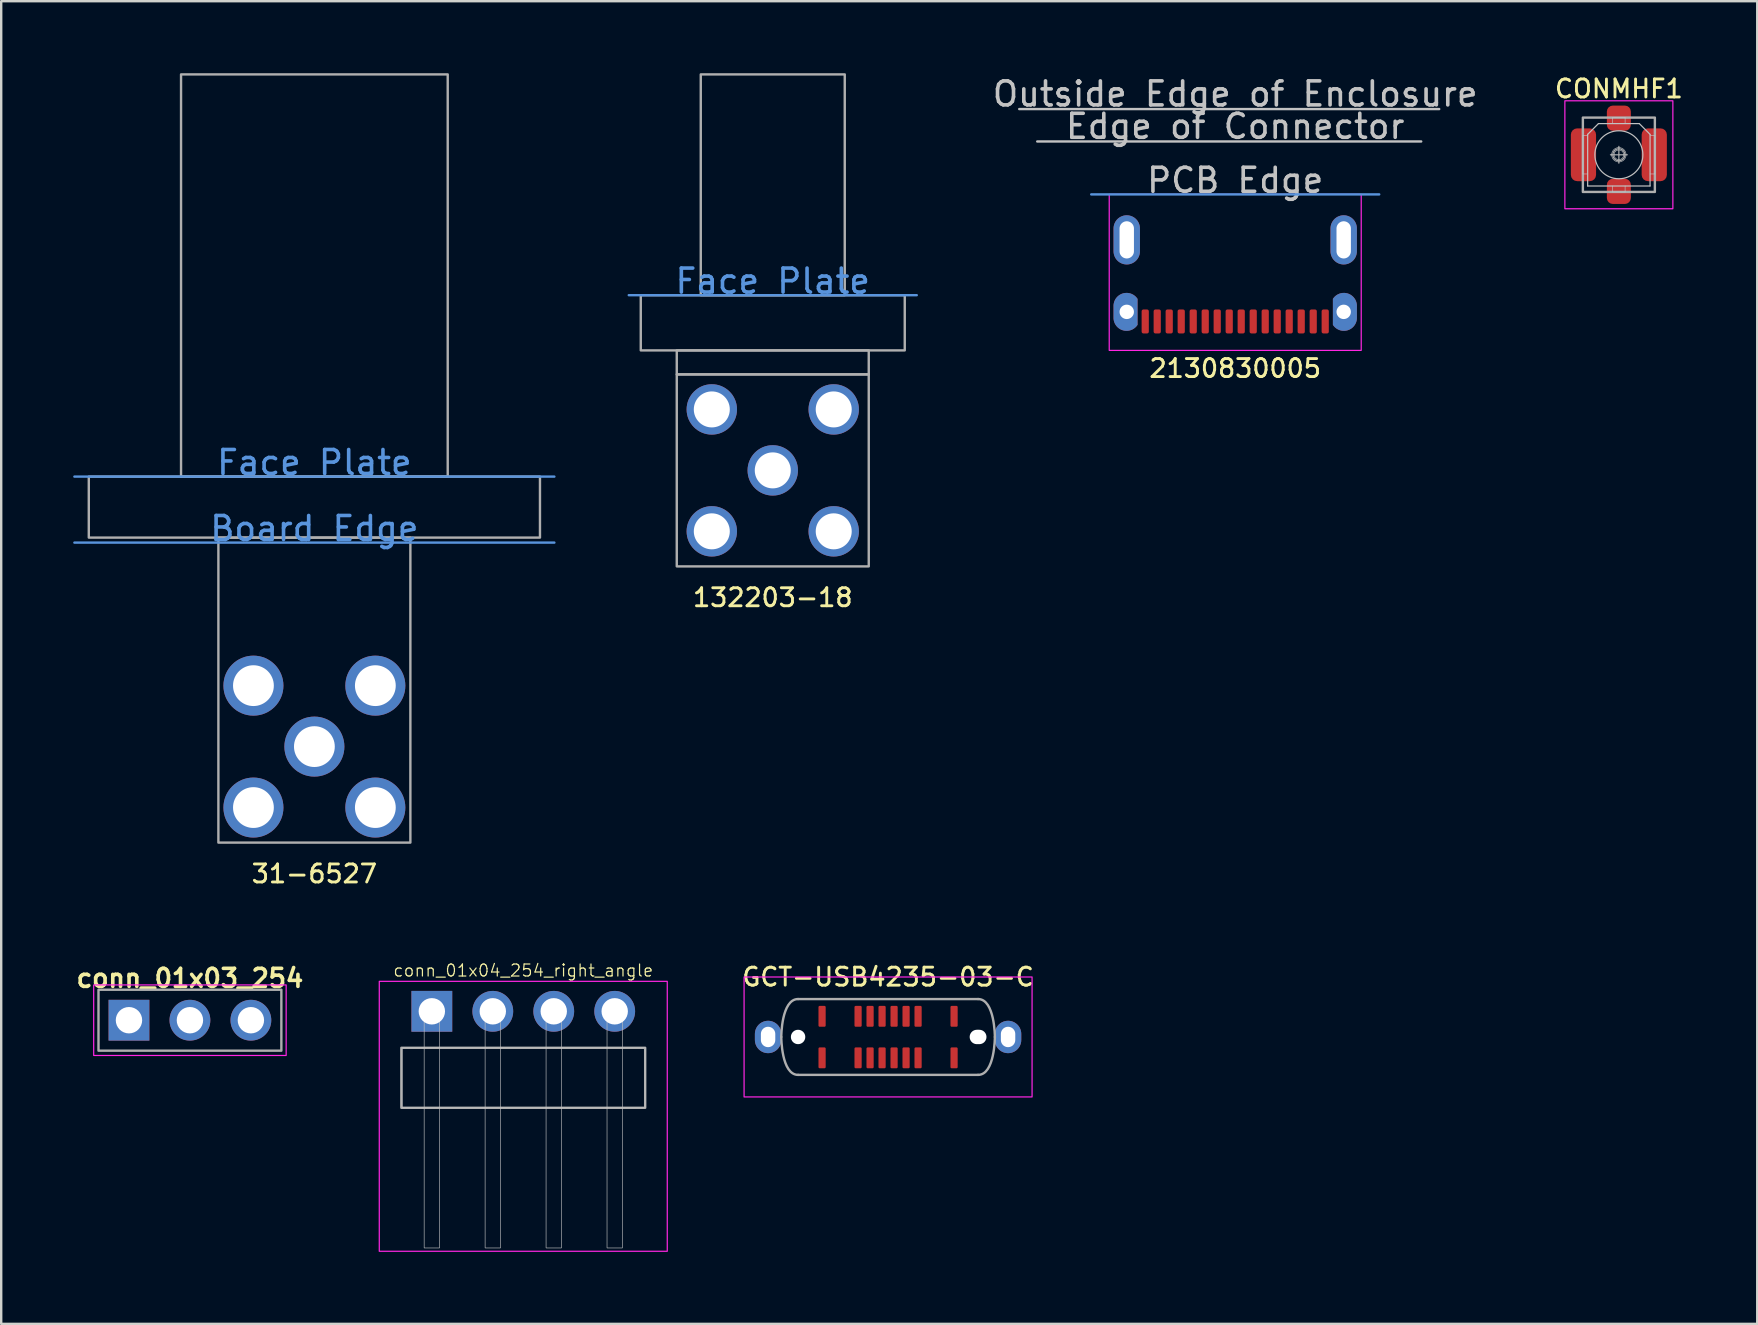
<source format=kicad_pcb>
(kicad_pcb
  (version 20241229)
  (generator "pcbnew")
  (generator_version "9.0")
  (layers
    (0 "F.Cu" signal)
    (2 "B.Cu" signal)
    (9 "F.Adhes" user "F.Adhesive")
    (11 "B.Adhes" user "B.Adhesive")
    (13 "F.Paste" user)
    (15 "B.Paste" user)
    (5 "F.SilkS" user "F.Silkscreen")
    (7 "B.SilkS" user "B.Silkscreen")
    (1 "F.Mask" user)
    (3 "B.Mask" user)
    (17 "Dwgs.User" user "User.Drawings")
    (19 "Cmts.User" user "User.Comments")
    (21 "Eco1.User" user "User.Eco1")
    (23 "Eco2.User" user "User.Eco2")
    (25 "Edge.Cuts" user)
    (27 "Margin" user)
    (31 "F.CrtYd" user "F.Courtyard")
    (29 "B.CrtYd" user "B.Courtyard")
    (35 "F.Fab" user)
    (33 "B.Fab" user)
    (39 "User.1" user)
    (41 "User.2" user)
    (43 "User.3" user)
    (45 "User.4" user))
  (footprint "132203-18"
    (layer "F.Cu")
    (at 29.15 16.55)
    (property "Reference" "132203-18" (at 0 5.3 0) (unlocked yes) (layer "F.SilkS") (effects (font (size 0.75 0.75) (thickness 0.12))))
    (attr through_hole)
    (fp_line (start -6 -7.3) (end 6 -7.3) (stroke (width 0.1) (type default)) (layer "Cmts.User"))
    (fp_rect (start -5.5 -7.3) (end 5.5 -5) (stroke (width 0.1) (type default)) (fill no) (layer "F.Fab"))
    (fp_rect (start -4 -5) (end 4 -4) (stroke (width 0.1) (type default)) (fill no) (layer "F.Fab"))
    (fp_rect (start -4 -4) (end 4 4) (stroke (width 0.1) (type default)) (fill no) (layer "F.Fab"))
    (fp_rect (start -3 -16.5) (end 3 -7.3) (stroke (width 0.1) (type default)) (fill no) (layer "F.Fab"))
    (fp_text user "Face Plate" (at 0 -7.3 0) (unlocked yes) (layer "Cmts.User") (effects (font (size 1 1) (thickness 0.15)) (justify bottom)))
    (pad "1" thru_hole circle (at 0 0) (size 2.1 2.1) (drill 1.5) (layers "*.Cu" "*.Mask"))
    (pad "2" thru_hole circle (at -2.54 -2.54) (size 2.1 2.1) (drill 1.5) (layers "*.Cu" "*.Mask"))
    (pad "3" thru_hole circle (at -2.54 2.54) (size 2.1 2.1) (drill 1.5) (layers "*.Cu" "*.Mask"))
    (pad "4" thru_hole circle (at 2.54 2.54) (size 2.1 2.1) (drill 1.5) (layers "*.Cu" "*.Mask"))
    (pad "5" thru_hole circle (at 2.54 -2.54) (size 2.1 2.1) (drill 1.5) (layers "*.Cu" "*.Mask")))
  (footprint "conn_01x04_254_right_angle"
    (layer "F.Cu")
    (at 18.754 39.09)
    (property "Reference" "conn_01x04_254_right_angle" (at 0 -1.7 0) (unlocked yes) (layer "F.SilkS") (effects (font (size 0.5 0.5) (thickness 0.05))))
    (attr through_hole)
    (fp_rect (start -5.05 1.52) (end 5.08 4.02) (stroke (width 0.025) (type solid)) (fill no) (layer "Dwgs.User"))
    (fp_rect (start -4.13 -0.32) (end -3.49 0.32) (stroke (width 0.025) (type default)) (fill no) (layer "Dwgs.User"))
    (fp_rect (start -4.13 0.32) (end -3.49 9.86) (stroke (width 0.025) (type default)) (fill no) (layer "Dwgs.User"))
    (fp_rect (start -1.59 -0.32) (end -0.95 0.32) (stroke (width 0.025) (type default)) (fill no) (layer "Dwgs.User"))
    (fp_rect (start -1.59 0.32) (end -0.95 9.86) (stroke (width 0.025) (type default)) (fill no) (layer "Dwgs.User"))
    (fp_rect (start 0.95 -0.32) (end 1.59 0.32) (stroke (width 0.025) (type default)) (fill no) (layer "Dwgs.User"))
    (fp_rect (start 0.95 0.32) (end 1.59 9.86) (stroke (width 0.025) (type default)) (fill no) (layer "Dwgs.User"))
    (fp_rect (start 3.49 -0.32) (end 4.13 0.32) (stroke (width 0.025) (type default)) (fill no) (layer "Dwgs.User"))
    (fp_rect (start 3.49 0.32) (end 4.13 9.86) (stroke (width 0.025) (type default)) (fill no) (layer "Dwgs.User"))
    (fp_rect (start -6 -1.25) (end 6 10) (stroke (width 0.05) (type solid)) (fill no) (layer "F.CrtYd"))
    (fp_rect (start -5.08 1.52) (end 5.08 4.02) (stroke (width 0.1) (type solid)) (fill no) (layer "F.Fab"))
    (pad "1" thru_hole rect (at -3.81 0 90) (size 1.7 1.7) (drill 1.1) (layers "*.Cu" "*.Mask"))
    (pad "2" thru_hole circle (at -1.27 0 90) (size 1.7 1.7) (drill 1.1) (layers "*.Cu" "*.Mask"))
    (pad "3" thru_hole circle (at 1.27 0 90) (size 1.7 1.7) (drill 1.1) (layers "*.Cu" "*.Mask"))
    (pad "4" thru_hole circle (at 3.81 0 90) (size 1.7 1.7) (drill 1.1) (layers "*.Cu" "*.Mask")))
  (footprint "GCT-USB4235-03-C"
    (layer "F.Cu")
    (at 33.955 40.159)
    (property "Reference" "GCT-USB4235-03-C" (at 0 -2.5 0) (unlocked yes) (layer "F.SilkS") (effects (font (size 0.75 0.75) (thickness 0.12))))
    (attr smd)
    (fp_rect (start -6 -2.5) (end 6 2.5) (stroke (width 0.05) (type solid)) (fill no) (layer "F.CrtYd"))
    (fp_line (start -3.75 -1.58) (end 3.75 -1.58) (stroke (width 0.1) (type solid)) (layer "F.Fab"))
    (fp_line (start -3.75 1.58) (end 3.75 1.58) (stroke (width 0.1) (type solid)) (layer "F.Fab"))
    (fp_curve (pts (xy -3.75 -1.58) (xy -4.45 -1.58) (xy -4.45 0) (xy -4.45 0)) (stroke (width 0.1) (type default)) (layer "F.Fab"))
    (fp_curve (pts (xy -3.75 1.58) (xy -4.45 1.58) (xy -4.45 0) (xy -4.45 0)) (stroke (width 0.1) (type default)) (layer "F.Fab"))
    (fp_curve (pts (xy 3.75 -1.58) (xy 4.45 -1.58) (xy 4.45 0) (xy 4.45 0)) (stroke (width 0.1) (type default)) (layer "F.Fab"))
    (fp_curve (pts (xy 3.75 1.58) (xy 4.45 1.58) (xy 4.45 0) (xy 4.45 0)) (stroke (width 0.1) (type default)) (layer "F.Fab"))
    (pad "" np_thru_hole circle (at -3.75 0) (size 0.6 0.6) (drill 0.6) (layers "*.Cu" "*.Mask"))
    (pad "" np_thru_hole oval (at 3.75 0) (size 0.7 0.6) (drill oval 0.7 0.6) (layers "*.Cu" "*.Mask"))
    (pad "A1" smd roundrect (at -2.75 -0.86) (size 0.3 0.87) (layers "F.Cu" "F.Mask" "F.Paste") (roundrect_rratio 0.167))
    (pad "A4" smd roundrect (at -1.25 -0.86) (size 0.3 0.87) (layers "F.Cu" "F.Mask" "F.Paste") (roundrect_rratio 0.167))
    (pad "A5" smd roundrect (at -0.75 -0.86) (size 0.3 0.87) (layers "F.Cu" "F.Mask" "F.Paste") (roundrect_rratio 0.167))
    (pad "A6" smd roundrect (at -0.25 -0.86) (size 0.3 0.87) (layers "F.Cu" "F.Mask" "F.Paste") (roundrect_rratio 0.167))
    (pad "A7" smd roundrect (at 0.25 -0.86) (size 0.3 0.87) (layers "F.Cu" "F.Mask" "F.Paste") (roundrect_rratio 0.167))
    (pad "A8" smd roundrect (at 0.75 -0.86) (size 0.3 0.87) (layers "F.Cu" "F.Mask" "F.Paste") (roundrect_rratio 0.167))
    (pad "A9" smd roundrect (at 1.25 -0.86) (size 0.3 0.87) (layers "F.Cu" "F.Mask" "F.Paste") (roundrect_rratio 0.167))
    (pad "A12" smd roundrect (at 2.75 -0.86) (size 0.3 0.87) (layers "F.Cu" "F.Mask" "F.Paste") (roundrect_rratio 0.167))
    (pad "B1" smd roundrect (at 2.75 0.87) (size 0.3 0.87) (layers "F.Cu" "F.Mask" "F.Paste") (roundrect_rratio 0.167))
    (pad "B4" smd roundrect (at 1.25 0.87) (size 0.3 0.87) (layers "F.Cu" "F.Mask" "F.Paste") (roundrect_rratio 0.167))
    (pad "B5" smd roundrect (at 0.75 0.87) (size 0.3 0.87) (layers "F.Cu" "F.Mask" "F.Paste") (roundrect_rratio 0.167))
    (pad "B6" smd roundrect (at 0.25 0.87) (size 0.3 0.87) (layers "F.Cu" "F.Mask" "F.Paste") (roundrect_rratio 0.167))
    (pad "B7" smd roundrect (at -0.25 0.87) (size 0.3 0.87) (layers "F.Cu" "F.Mask" "F.Paste") (roundrect_rratio 0.167))
    (pad "B8" smd roundrect (at -0.75 0.87) (size 0.3 0.87) (layers "F.Cu" "F.Mask" "F.Paste") (roundrect_rratio 0.167))
    (pad "B9" smd roundrect (at -1.25 0.87) (size 0.3 0.87) (layers "F.Cu" "F.Mask" "F.Paste") (roundrect_rratio 0.167))
    (pad "B12" smd roundrect (at -2.75 0.87) (size 0.3 0.87) (layers "F.Cu" "F.Mask" "F.Paste") (roundrect_rratio 0.167))
    (pad "S1" thru_hole oval (at -5 0) (size 1.1 1.35) (drill oval 0.6 0.85) (layers "*.Cu" "*.Mask"))
    (pad "S2" thru_hole oval (at 5 0) (size 1.1 1.35) (drill oval 0.6 0.85) (layers "*.Cu" "*.Mask")))
  (footprint "31-6527"
    (layer "F.Cu")
    (at 10.05 28.06)
    (property "Reference" "31-6527" (at 0 5.3 0) (unlocked yes) (layer "F.SilkS") (effects (font (size 0.75 0.75) (thickness 0.12))))
    (attr through_hole)
    (fp_line (start -10 -11.25) (end 10 -11.25) (stroke (width 0.1) (type default)) (layer "Cmts.User"))
    (fp_line (start -10 -8.5) (end 10 -8.5) (stroke (width 0.1) (type default)) (layer "Cmts.User"))
    (fp_rect (start -9.4 -11.25) (end 9.4 -8.71) (stroke (width 0.1) (type default)) (fill no) (layer "F.Fab"))
    (fp_rect (start -5.556 -28.01) (end 5.556 -11.25) (stroke (width 0.1) (type default)) (fill no) (layer "F.Fab"))
    (fp_rect (start -4 -8.71) (end 4 4) (stroke (width 0.1) (type default)) (fill no) (layer "F.Fab"))
    (fp_text user "Face Plate" (at 0 -11.25 0) (unlocked yes) (layer "Cmts.User") (effects (font (size 1 1) (thickness 0.15)) (justify bottom)))
    (fp_text user "Board Edge" (at 0 -8.5 0) (unlocked yes) (layer "Cmts.User") (effects (font (size 1 1) (thickness 0.15)) (justify bottom)))
    (pad "1" thru_hole circle (at 0 0) (size 2.5 2.5) (drill 1.7) (layers "*.Cu" "*.Mask"))
    (pad "2" thru_hole circle (at -2.54 -2.54) (size 2.5 2.5) (drill 1.7) (layers "*.Cu" "*.Mask"))
    (pad "3" thru_hole circle (at -2.54 2.54) (size 2.5 2.5) (drill 1.7) (layers "*.Cu" "*.Mask"))
    (pad "4" thru_hole circle (at 2.54 2.54) (size 2.5 2.5) (drill 1.7) (layers "*.Cu" "*.Mask"))
    (pad "5" thru_hole circle (at 2.54 -2.54) (size 2.5 2.5) (drill 1.7) (layers "*.Cu" "*.Mask")))
  (footprint "2130830005"
    (layer "F.Cu")
    (at 48.42 5.05)
    (property "Reference" "2130830005" (at 0 7.25 0) (unlocked yes) (layer "F.SilkS") (effects (font (size 0.75 0.75) (thickness 0.12))))
    (attr smd)
    (fp_line (start -9 -3.555) (end 8.5 -3.555) (stroke (width 0.1) (type default)) (layer "Dwgs.User"))
    (fp_line (start -8.25 -2.205) (end 7.75 -2.205) (stroke (width 0.1) (type default)) (layer "Dwgs.User"))
    (fp_line (start -6 0) (end 6 0) (stroke (width 0.1) (type default)) (layer "Cmts.User"))
    (fp_rect (start -5.25 0) (end 5.25 6.5) (stroke (width 0.05) (type default)) (fill no) (layer "F.CrtYd"))
    (fp_text user "Outside Edge of Enclosure" (at 0 -3.6 0) (unlocked yes) (layer "Dwgs.User") (effects (font (size 1 1) (thickness 0.15)) (justify bottom)))
    (fp_text user "PCB Edge" (at 0 0 0) (unlocked yes) (layer "Dwgs.User") (effects (font (size 1 1) (thickness 0.15)) (justify bottom)))
    (fp_text user "Edge of Connector" (at 0 -2.25 0) (unlocked yes) (layer "Dwgs.User") (effects (font (size 1 1) (thickness 0.15)) (justify bottom)))
    (pad "A1" smd roundrect (at 3.75 5.295) (size 0.3 1) (layers "F.Cu" "F.Mask" "F.Paste") (roundrect_rratio 0.25))
    (pad "A4" smd roundrect (at 2.75 5.295) (size 0.3 1) (layers "F.Cu" "F.Mask" "F.Paste") (roundrect_rratio 0.25))
    (pad "A5" smd roundrect (at 1.75 5.295) (size 0.3 1) (layers "F.Cu" "F.Mask" "F.Paste") (roundrect_rratio 0.25))
    (pad "A6" smd roundrect (at 0.75 5.295) (size 0.3 1) (layers "F.Cu" "F.Mask" "F.Paste") (roundrect_rratio 0.25))
    (pad "A7" smd roundrect (at -0.75 5.295) (size 0.3 1) (layers "F.Cu" "F.Mask" "F.Paste") (roundrect_rratio 0.25))
    (pad "A8" smd roundrect (at -1.75 5.295) (size 0.3 1) (layers "F.Cu" "F.Mask" "F.Paste") (roundrect_rratio 0.25))
    (pad "A9" smd roundrect (at -2.75 5.295) (size 0.3 1) (layers "F.Cu" "F.Mask" "F.Paste") (roundrect_rratio 0.25))
    (pad "A12" smd roundrect (at -3.75 5.295) (size 0.3 1) (layers "F.Cu" "F.Mask" "F.Paste") (roundrect_rratio 0.25))
    (pad "B1" smd roundrect (at -3.25 5.295) (size 0.3 1) (layers "F.Cu" "F.Mask" "F.Paste") (roundrect_rratio 0.25))
    (pad "B4" smd roundrect (at -2.25 5.295) (size 0.3 1) (layers "F.Cu" "F.Mask" "F.Paste") (roundrect_rratio 0.25))
    (pad "B5" smd roundrect (at -1.25 5.295) (size 0.3 1) (layers "F.Cu" "F.Mask" "F.Paste") (roundrect_rratio 0.25))
    (pad "B6" smd roundrect (at -0.25 5.295) (size 0.3 1) (layers "F.Cu" "F.Mask" "F.Paste") (roundrect_rratio 0.25))
    (pad "B7" smd roundrect (at 0.25 5.295) (size 0.3 1) (layers "F.Cu" "F.Mask" "F.Paste") (roundrect_rratio 0.25))
    (pad "B8" smd roundrect (at 1.25 5.295) (size 0.3 1) (layers "F.Cu" "F.Mask" "F.Paste") (roundrect_rratio 0.25))
    (pad "B9" smd roundrect (at 2.25 5.295) (size 0.3 1) (layers "F.Cu" "F.Mask" "F.Paste") (roundrect_rratio 0.25))
    (pad "B12" smd roundrect (at 3.25 5.295) (size 0.3 1) (layers "F.Cu" "F.Mask" "F.Paste") (roundrect_rratio 0.25))
    (pad "S1" thru_hole custom (at -4.52 4.895) (size 0.6 0.6) (drill oval 0.6 1.15) (layers "*.Cu" "*.Mask") (options (anchor circle)) (primitives (gr_poly (pts (arc (start 0.45 -0.54) (mid -0.148986 -0.771616) (end -0.55 -0.27)) (arc (start -0.55 0.27) (mid -0.148986 0.771616) (end 0.45 0.54))) (width 0) (fill yes))))
    (pad "S1" thru_hole custom (at 4.52 4.895) (size 0.6 0.6) (drill oval 0.6 1.15) (layers "*.Cu" "*.Mask") (options (anchor circle)) (primitives (gr_poly (pts (arc (start -0.45 -0.54) (mid 0.148986 -0.771616) (end 0.55 -0.27)) (arc (start 0.55 0.27) (mid 0.148986 0.771616) (end -0.45 0.54))) (width 0) (fill yes))))
    (pad "S2" thru_hole oval (at -4.52 1.895) (size 1.1 2.05) (drill oval 0.6 1.55) (layers "*.Cu" "*.Mask"))
    (pad "S2" thru_hole oval (at 4.52 1.895) (size 1.1 2.05) (drill oval 0.6 1.55) (layers "*.Cu" "*.Mask"))
    (zone (net_name "") (layer "F.Cu") (name "USB Keepout") (hatch edge 0.5) (connect_pads) (min_thickness 0.25) (filled_areas_thickness no) (keepout (tracks not_allowed) (vias allowed) (pads not_allowed) (copperpour allowed) (footprints allowed)) (placement (enabled no)) (fill) (polygon (pts (xy 44.72 5.05) (xy 44.72 9.55) (xy 52.12 9.55) (xy 52.12 5.05)))))
  (footprint "conn_01x03_254"
    (layer "F.Cu")
    (at 4.864 39.461)
    (property "Reference" "conn_01x03_254" (at 0 -1.75 0) (unlocked yes) (layer "F.SilkS") (effects (font (size 0.75 0.75) (thickness 0.15) (bold yes))))
    (attr through_hole)
    (fp_rect (start -4.01 -1.47) (end 4.01 1.47) (stroke (width 0.05) (type solid)) (fill no) (layer "F.CrtYd"))
    (fp_rect (start -3.81 -1.27) (end 3.81 1.27) (stroke (width 0.1) (type solid)) (fill no) (layer "F.Fab"))
    (pad "1" thru_hole rect (at -2.54 0) (size 1.7 1.7) (drill 1.1) (layers "*.Cu" "*.Mask"))
    (pad "2" thru_hole circle (at 0 0) (size 1.7 1.7) (drill 1.1) (layers "*.Cu" "*.Mask"))
    (pad "3" thru_hole circle (at 2.54 0) (size 1.7 1.7) (drill 1.1) (layers "*.Cu" "*.Mask")))
  (footprint "CONMHF1"
    (layer "F.Cu")
    (at 64.406 3.399)
    (property "Reference" "CONMHF1" (at 0 -2.75 0) (unlocked yes) (layer "F.SilkS") (effects (font (size 0.75 0.75) (thickness 0.12))))
    (attr smd)
    (fp_line (start -1.5 -0.8) (end -1.5 0.8) (stroke (width 0.025) (type default)) (layer "Dwgs.User"))
    (fp_line (start -1.5 0.8) (end -1.3 0.8) (stroke (width 0.025) (type default)) (layer "Dwgs.User"))
    (fp_line (start -1.3 -0.85) (end -0.85 -1.3) (stroke (width 0.05) (type default)) (layer "Dwgs.User"))
    (fp_line (start -1.3 -0.8) (end -1.5 -0.8) (stroke (width 0.025) (type default)) (layer "Dwgs.User"))
    (fp_line (start -1.3 1.3) (end -1.3 -0.85) (stroke (width 0.05) (type default)) (layer "Dwgs.User"))
    (fp_line (start -0.85 -1.3) (end 0.85 -1.3) (stroke (width 0.05) (type default)) (layer "Dwgs.User"))
    (fp_line (start -0.26 -1.55) (end -0.26 -1.3) (stroke (width 0.025) (type default)) (layer "Dwgs.User"))
    (fp_line (start -0.26 1.3) (end -0.26 1.55) (stroke (width 0.025) (type default)) (layer "Dwgs.User"))
    (fp_line (start -0.26 1.55) (end 0.26 1.55) (stroke (width 0.025) (type default)) (layer "Dwgs.User"))
    (fp_line (start 0.26 -1.55) (end -0.26 -1.55) (stroke (width 0.025) (type default)) (layer "Dwgs.User"))
    (fp_line (start 0.26 -1.3) (end 0.26 -1.55) (stroke (width 0.025) (type default)) (layer "Dwgs.User"))
    (fp_line (start 0.26 1.55) (end 0.26 1.3) (stroke (width 0.025) (type default)) (layer "Dwgs.User"))
    (fp_line (start 0.85 -1.3) (end 1.3 -0.85) (stroke (width 0.05) (type default)) (layer "Dwgs.User"))
    (fp_line (start 1.3 -0.85) (end 1.3 1.3) (stroke (width 0.05) (type solid)) (layer "Dwgs.User"))
    (fp_line (start 1.3 -0.8) (end 1.5 -0.8) (stroke (width 0.025) (type default)) (layer "Dwgs.User"))
    (fp_line (start 1.3 1.3) (end -1.3 1.3) (stroke (width 0.05) (type default)) (layer "Dwgs.User"))
    (fp_line (start 1.5 -0.8) (end 1.5 0.8) (stroke (width 0.025) (type default)) (layer "Dwgs.User"))
    (fp_line (start 1.5 0.8) (end 1.3 0.8) (stroke (width 0.025) (type default)) (layer "Dwgs.User"))
    (fp_circle (center 0 0) (end 0.2 0) (stroke (width 0.025) (type default)) (fill no) (layer "Dwgs.User"))
    (fp_circle (center 0 0) (end 0.3 0) (stroke (width 0.025) (type default)) (fill no) (layer "Dwgs.User"))
    (fp_circle (center 0 0) (end 1 0) (stroke (width 0.05) (type default)) (fill no) (layer "Dwgs.User"))
    (fp_rect (start -2.25 -2.25) (end 2.25 2.25) (stroke (width 0.05) (type default)) (fill no) (layer "F.CrtYd"))
    (fp_line (start 0 -0.35) (end 0 0.35) (stroke (width 0.05) (type solid)) (layer "F.Fab"))
    (fp_line (start 0.35 0) (end -0.35 0) (stroke (width 0.05) (type solid)) (layer "F.Fab"))
    (fp_rect (start -1.5 -1.55) (end 1.5 1.55) (stroke (width 0.1) (type default)) (fill no) (layer "F.Fab"))
    (fp_circle (center 0 0) (end 0.25 0) (stroke (width 0.05) (type solid)) (fill no) (layer "F.Fab"))
    (pad "1" smd roundrect (at 0 -1.525) (size 1 1.05) (layers "F.Cu" "F.Mask" "F.Paste") (roundrect_rratio 0.25))
    (pad "2" smd roundrect (at -1.475 0) (size 1.05 2.2) (layers "F.Cu" "F.Mask" "F.Paste") (roundrect_rratio 0.25))
    (pad "2" smd roundrect (at 0 1.525) (size 1 1.05) (layers "F.Cu" "F.Mask" "F.Paste") (roundrect_rratio 0.25))
    (pad "2" smd roundrect (at 1.475 0) (size 1.05 2.2) (layers "F.Cu" "F.Mask" "F.Paste") (roundrect_rratio 0.25))
    (zone (net_name "") (layer "F.Cu") (hatch edge 0.5) (connect_pads) (min_thickness 0.25) (filled_areas_thickness no) (keepout (tracks not_allowed) (vias not_allowed) (pads not_allowed) (copperpour not_allowed) (footprints allowed)) (placement (enabled no)) (fill) (polygon (pts (xy 63.456 2.399) (xy 63.456 4.399) (xy 65.356 4.399) (xy 65.356 2.399)))))
  (gr_rect
    (start -3 -3)
    (end 70.172 52.115)
    (stroke (width 0.1) (type default))
    (fill no)
    (layer "Edge.Cuts")))
</source>
